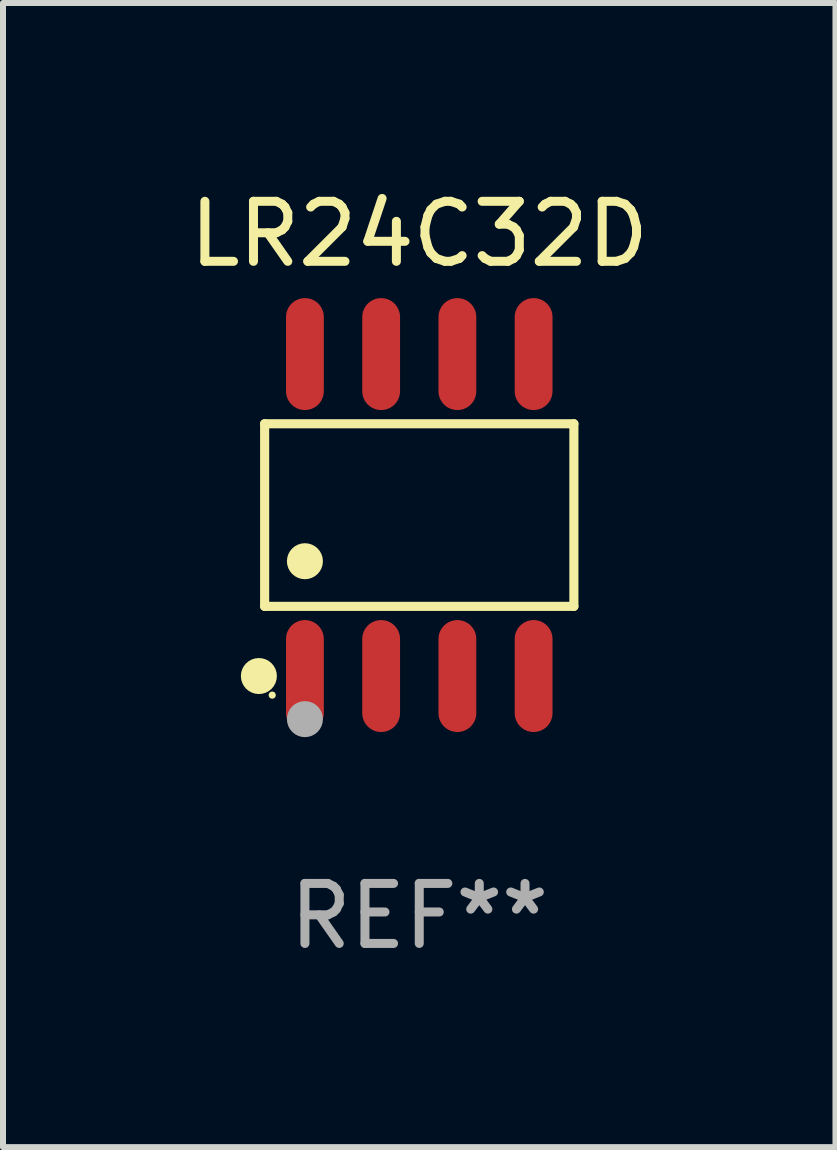
<source format=kicad_pcb>
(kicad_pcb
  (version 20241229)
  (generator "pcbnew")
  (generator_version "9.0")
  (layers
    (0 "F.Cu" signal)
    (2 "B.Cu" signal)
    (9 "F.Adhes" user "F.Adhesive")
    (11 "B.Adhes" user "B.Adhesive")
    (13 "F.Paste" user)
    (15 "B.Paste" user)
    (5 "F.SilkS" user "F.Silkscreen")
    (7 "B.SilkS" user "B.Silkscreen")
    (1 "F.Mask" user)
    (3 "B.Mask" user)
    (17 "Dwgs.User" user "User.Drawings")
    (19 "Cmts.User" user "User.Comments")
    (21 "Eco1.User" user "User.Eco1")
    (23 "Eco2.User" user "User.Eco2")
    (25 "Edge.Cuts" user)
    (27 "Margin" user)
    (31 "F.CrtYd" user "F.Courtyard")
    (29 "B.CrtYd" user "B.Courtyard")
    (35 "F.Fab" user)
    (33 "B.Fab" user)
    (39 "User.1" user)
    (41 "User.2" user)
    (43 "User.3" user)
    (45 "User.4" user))
  (footprint "LR24C32D"
    (layer "F.Cu")
    (at 3.935 5.531)
    (property "Reference" "LR24C32D" (at 0 -4.682 0) (layer "F.SilkS") (effects (font (size 1 1) (thickness 0.15))))
    (attr through_hole)
    (fp_line (start -2.576 -1.521) (end 2.576 -1.521) (stroke (width 0.152) (type solid)) (layer "F.SilkS"))
    (fp_line (start -2.576 1.521) (end -2.576 -1.521) (stroke (width 0.152) (type solid)) (layer "F.SilkS"))
    (fp_line (start 2.576 -1.521) (end 2.576 1.521) (stroke (width 0.152) (type solid)) (layer "F.SilkS"))
    (fp_line (start 2.576 1.521) (end -2.576 1.521) (stroke (width 0.152) (type solid)) (layer "F.SilkS"))
    (fp_circle (center -2.672 2.682) (end -2.522 2.682) (stroke (width 0.3) (type solid)) (fill no) (layer "F.SilkS"))
    (fp_circle (center -2.45 3) (end -2.42 3) (stroke (width 0.06) (type solid)) (fill no) (layer "F.SilkS"))
    (fp_circle (center -1.905 0.769) (end -1.755 0.769) (stroke (width 0.3) (type solid)) (fill no) (layer "F.SilkS"))
    (fp_circle (center -1.905 3.4) (end -1.755 3.4) (stroke (width 0.3) (type solid)) (fill no) (layer "F.Fab"))
    (fp_text user "REF**" (at 0 6.682 0) (layer "F.Fab") (effects (font (size 1 1) (thickness 0.15))))
    (pad "1" smd oval (at -1.905 2.682) (size 0.63 1.865) (layers "F.Cu" "F.Mask" "F.Paste"))
    (pad "2" smd oval (at -0.635 2.682) (size 0.63 1.865) (layers "F.Cu" "F.Mask" "F.Paste"))
    (pad "3" smd oval (at 0.635 2.682) (size 0.63 1.865) (layers "F.Cu" "F.Mask" "F.Paste"))
    (pad "4" smd oval (at 1.905 2.682) (size 0.63 1.865) (layers "F.Cu" "F.Mask" "F.Paste"))
    (pad "5" smd oval (at 1.905 -2.682) (size 0.63 1.865) (layers "F.Cu" "F.Mask" "F.Paste"))
    (pad "6" smd oval (at 0.635 -2.682) (size 0.63 1.865) (layers "F.Cu" "F.Mask" "F.Paste"))
    (pad "7" smd oval (at -0.635 -2.682) (size 0.63 1.865) (layers "F.Cu" "F.Mask" "F.Paste"))
    (pad "8" smd oval (at -1.905 -2.682) (size 0.63 1.865) (layers "F.Cu" "F.Mask" "F.Paste")))
  (gr_rect
    (start -3 -3)
    (end 10.869 16.061)
    (stroke (width 0.1) (type default))
    (fill no)
    (layer "Edge.Cuts")))
</source>
